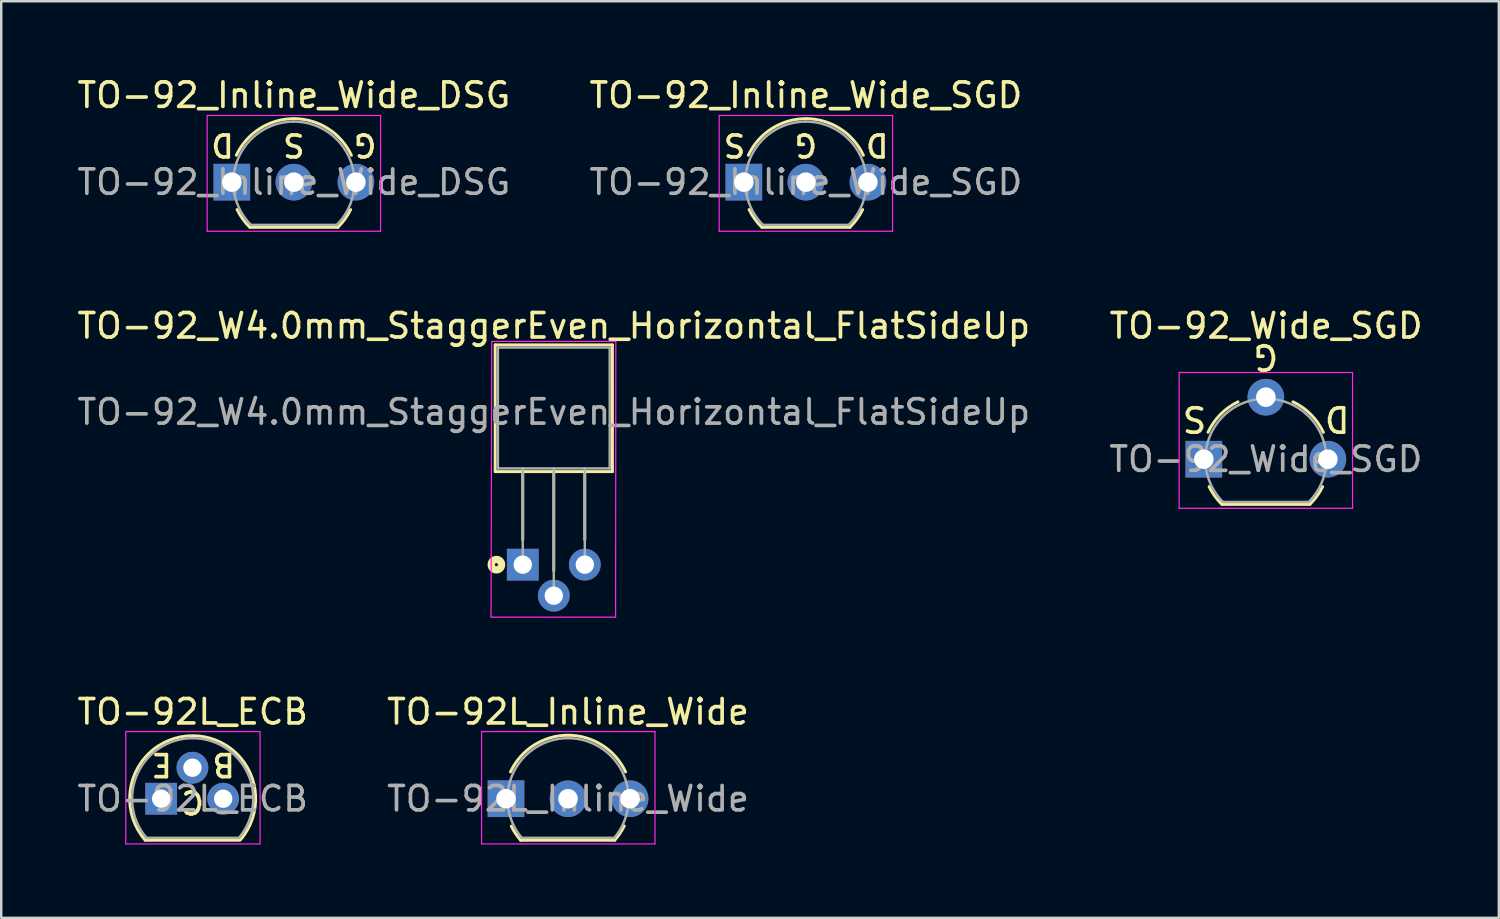
<source format=kicad_pcb>
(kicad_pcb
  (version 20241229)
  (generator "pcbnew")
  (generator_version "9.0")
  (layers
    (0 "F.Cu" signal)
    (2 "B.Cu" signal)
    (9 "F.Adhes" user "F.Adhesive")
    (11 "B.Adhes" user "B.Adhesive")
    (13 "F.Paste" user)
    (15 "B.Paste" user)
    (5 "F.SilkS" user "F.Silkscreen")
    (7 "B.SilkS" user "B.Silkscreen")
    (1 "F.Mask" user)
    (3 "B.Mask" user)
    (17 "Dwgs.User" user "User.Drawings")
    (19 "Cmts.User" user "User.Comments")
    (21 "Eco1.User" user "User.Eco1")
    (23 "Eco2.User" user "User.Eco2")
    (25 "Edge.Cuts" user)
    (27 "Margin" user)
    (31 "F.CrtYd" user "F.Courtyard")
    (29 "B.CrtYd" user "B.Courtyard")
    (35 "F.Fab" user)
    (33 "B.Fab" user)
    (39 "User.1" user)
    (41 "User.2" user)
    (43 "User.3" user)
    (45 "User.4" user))
  (footprint "TO-92L_ECB"
    (layer "F.Cu")
    (at 3.549 29.654)
    (property "Reference" "TO-92L_ECB" (at 1.29 -3.56 0) (layer "F.SilkS") (effects (font (size 1 1) (thickness 0.15))))
    (fp_line (start -0.65 1.7) (end 3.2 1.7) (stroke (width 0.12) (type solid)) (layer "F.SilkS"))
    (fp_arc (start -0.65 1.7) (mid 1.283448 -2.579449) (end 3.238611 1.690122) (stroke (width 0.12) (type solid)) (layer "F.SilkS"))
    (fp_line (start -1.45 -2.75) (end -1.45 1.85) (stroke (width 0.05) (type solid)) (layer "F.CrtYd"))
    (fp_line (start -1.45 -2.75) (end 4.05 -2.75) (stroke (width 0.05) (type solid)) (layer "F.CrtYd"))
    (fp_line (start 4.05 1.85) (end -1.45 1.85) (stroke (width 0.05) (type solid)) (layer "F.CrtYd"))
    (fp_line (start 4.05 1.85) (end 4.05 -2.75) (stroke (width 0.05) (type solid)) (layer "F.CrtYd"))
    (fp_line (start -0.6 1.6) (end 3.15 1.6) (stroke (width 0.1) (type solid)) (layer "F.Fab"))
    (fp_arc (start -0.602818 1.602385) (mid -0.959924 -1.043188) (end 1.29 -2.48) (stroke (width 0.1) (type solid)) (layer "F.Fab"))
    (fp_arc (start 1.29 -2.48) (mid 3.537211 -1.049019) (end 3.191103 1.592547) (stroke (width 0.1) (type solid)) (layer "F.Fab"))
    (fp_text user "C" (at 1.29 0.127 180) (unlocked yes) (layer "F.SilkS") (effects (font (size 0.9 0.9) (thickness 0.15))))
    (fp_text user "E" (at 0.02 -1.397 180) (unlocked yes) (layer "F.SilkS") (effects (font (size 0.9 0.9) (thickness 0.15))))
    (fp_text user "B" (at 2.56 -1.397 180) (unlocked yes) (layer "F.SilkS") (effects (font (size 0.9 0.9) (thickness 0.15))))
    (fp_text user "${REFERENCE}" (at 1.29 0 0) (layer "F.Fab") (effects (font (size 1 1) (thickness 0.15))))
    (pad "1" thru_hole rect (at 0 0 90) (size 1.3 1.3) (drill 0.75) (layers "*.Cu" "*.Mask"))
    (pad "2" thru_hole circle (at 1.28 -1.27 90) (size 1.3 1.3) (drill 0.75) (layers "*.Cu" "*.Mask"))
    (pad "3" thru_hole circle (at 2.54 0 90) (size 1.3 1.3) (drill 0.75) (layers "*.Cu" "*.Mask")))
  (footprint "TO-92_Inline_Wide_SGD"
    (layer "F.Cu")
    (at 27.406 4.408)
    (property "Reference" "TO-92_Inline_Wide_SGD" (at 2.54 -3.56 0) (layer "F.SilkS") (effects (font (size 1 1) (thickness 0.15))))
    (fp_line (start 0.74 1.85) (end 4.34 1.85) (stroke (width 0.12) (type solid)) (layer "F.SilkS"))
    (fp_arc (start 0.1836 -1.098807) (mid 1.143021 -2.192817) (end 2.54 -2.6) (stroke (width 0.12) (type solid)) (layer "F.SilkS"))
    (fp_arc (start 0.74 1.85) (mid 0.446097 1.509328) (end 0.215816 1.122795) (stroke (width 0.12) (type solid)) (layer "F.SilkS"))
    (fp_arc (start 2.54 -2.6) (mid 3.936979 -2.192818) (end 4.8964 -1.098807) (stroke (width 0.12) (type solid)) (layer "F.SilkS"))
    (fp_arc (start 4.864184 1.122795) (mid 4.633903 1.509328) (end 4.34 1.85) (stroke (width 0.12) (type solid)) (layer "F.SilkS"))
    (fp_line (start -1.01 -2.73) (end -1.01 2.01) (stroke (width 0.05) (type solid)) (layer "F.CrtYd"))
    (fp_line (start -1.01 -2.73) (end 6.09 -2.73) (stroke (width 0.05) (type solid)) (layer "F.CrtYd"))
    (fp_line (start 6.09 2.01) (end -1.01 2.01) (stroke (width 0.05) (type solid)) (layer "F.CrtYd"))
    (fp_line (start 6.09 2.01) (end 6.09 -2.73) (stroke (width 0.05) (type solid)) (layer "F.CrtYd"))
    (fp_line (start 0.8 1.75) (end 4.3 1.75) (stroke (width 0.1) (type solid)) (layer "F.Fab"))
    (fp_arc (start 0.786375 1.753625) (mid 0.248779 -0.949055) (end 2.54 -2.48) (stroke (width 0.1) (type solid)) (layer "F.Fab"))
    (fp_arc (start 2.54 -2.48) (mid 4.831221 -0.949055) (end 4.293625 1.753625) (stroke (width 0.1) (type solid)) (layer "F.Fab"))
    (fp_text user "G" (at 2.54 -1.524 180) (unlocked yes) (layer "F.SilkS") (effects (font (size 0.9 0.9) (thickness 0.15))))
    (fp_text user "S" (at -0.381 -1.524 180) (unlocked yes) (layer "F.SilkS") (effects (font (size 0.9 0.9) (thickness 0.15))))
    (fp_text user "D" (at 5.461 -1.524 180) (unlocked yes) (layer "F.SilkS") (effects (font (size 0.9 0.9) (thickness 0.15))))
    (fp_text user "${REFERENCE}" (at 2.54 0 0) (layer "F.Fab") (effects (font (size 1 1) (thickness 0.15))))
    (pad "1" thru_hole rect (at 0 0 90) (size 1.5 1.5) (drill 0.8) (layers "*.Cu" "*.Mask"))
    (pad "2" thru_hole circle (at 2.54 0 90) (size 1.5 1.5) (drill 0.8) (layers "*.Cu" "*.Mask"))
    (pad "3" thru_hole circle (at 5.08 0 90) (size 1.5 1.5) (drill 0.8) (layers "*.Cu" "*.Mask")))
  (footprint "TO-92_Inline_Wide_DSG"
    (layer "F.Cu")
    (at 6.442 4.408)
    (property "Reference" "TO-92_Inline_Wide_DSG" (at 2.54 -3.56 0) (layer "F.SilkS") (effects (font (size 1 1) (thickness 0.15))))
    (fp_line (start 0.74 1.85) (end 4.34 1.85) (stroke (width 0.12) (type solid)) (layer "F.SilkS"))
    (fp_arc (start 0.1836 -1.098807) (mid 1.143021 -2.192817) (end 2.54 -2.6) (stroke (width 0.12) (type solid)) (layer "F.SilkS"))
    (fp_arc (start 0.74 1.85) (mid 0.446097 1.509328) (end 0.215816 1.122795) (stroke (width 0.12) (type solid)) (layer "F.SilkS"))
    (fp_arc (start 2.54 -2.6) (mid 3.936979 -2.192818) (end 4.8964 -1.098807) (stroke (width 0.12) (type solid)) (layer "F.SilkS"))
    (fp_arc (start 4.864184 1.122795) (mid 4.633903 1.509328) (end 4.34 1.85) (stroke (width 0.12) (type solid)) (layer "F.SilkS"))
    (fp_line (start -1.01 -2.73) (end -1.01 2.01) (stroke (width 0.05) (type solid)) (layer "F.CrtYd"))
    (fp_line (start -1.01 -2.73) (end 6.09 -2.73) (stroke (width 0.05) (type solid)) (layer "F.CrtYd"))
    (fp_line (start 6.09 2.01) (end -1.01 2.01) (stroke (width 0.05) (type solid)) (layer "F.CrtYd"))
    (fp_line (start 6.09 2.01) (end 6.09 -2.73) (stroke (width 0.05) (type solid)) (layer "F.CrtYd"))
    (fp_line (start 0.8 1.75) (end 4.3 1.75) (stroke (width 0.1) (type solid)) (layer "F.Fab"))
    (fp_arc (start 0.786375 1.753625) (mid 0.248779 -0.949055) (end 2.54 -2.48) (stroke (width 0.1) (type solid)) (layer "F.Fab"))
    (fp_arc (start 2.54 -2.48) (mid 4.831221 -0.949055) (end 4.293625 1.753625) (stroke (width 0.1) (type solid)) (layer "F.Fab"))
    (fp_text user "D" (at -0.381 -1.524 180) (unlocked yes) (layer "F.SilkS") (effects (font (size 0.9 0.9) (thickness 0.15))))
    (fp_text user "G" (at 5.461 -1.524 180) (unlocked yes) (layer "F.SilkS") (effects (font (size 0.9 0.9) (thickness 0.15))))
    (fp_text user "S" (at 2.54 -1.524 180) (unlocked yes) (layer "F.SilkS") (effects (font (size 0.9 0.9) (thickness 0.15))))
    (fp_text user "${REFERENCE}" (at 2.54 0 0) (layer "F.Fab") (effects (font (size 1 1) (thickness 0.15))))
    (pad "1" thru_hole rect (at 0 0 90) (size 1.5 1.5) (drill 0.8) (layers "*.Cu" "*.Mask"))
    (pad "2" thru_hole circle (at 2.54 0 90) (size 1.5 1.5) (drill 0.8) (layers "*.Cu" "*.Mask"))
    (pad "3" thru_hole circle (at 5.08 0 90) (size 1.5 1.5) (drill 0.8) (layers "*.Cu" "*.Mask")))
  (footprint "TO-92_Wide_SGD"
    (layer "F.Cu")
    (at 46.24 15.752)
    (property "Reference" "TO-92_Wide_SGD" (at 2.55 -5.461 0) (layer "F.SilkS") (effects (font (size 1 1) (thickness 0.15))))
    (fp_line (start 0.74 1.85) (end 4.34 1.85) (stroke (width 0.12) (type solid)) (layer "F.SilkS"))
    (fp_arc (start 0.172801 -1.103842) (mid 0.678995 -1.832692) (end 1.4 -2.35) (stroke (width 0.12) (type solid)) (layer "F.SilkS"))
    (fp_arc (start 0.74 1.85) (mid 0.446097 1.509328) (end 0.215816 1.122795) (stroke (width 0.12) (type solid)) (layer "F.SilkS"))
    (fp_arc (start 3.65 -2.35) (mid 4.382279 -1.833196) (end 4.895458 -1.098371) (stroke (width 0.12) (type solid)) (layer "F.SilkS"))
    (fp_arc (start 4.864184 1.122795) (mid 4.633903 1.509328) (end 4.34 1.85) (stroke (width 0.12) (type solid)) (layer "F.SilkS"))
    (fp_line (start -1.01 -3.55) (end -1.01 2.01) (stroke (width 0.05) (type solid)) (layer "F.CrtYd"))
    (fp_line (start -1.01 -3.55) (end 6.09 -3.55) (stroke (width 0.05) (type solid)) (layer "F.CrtYd"))
    (fp_line (start 6.09 2.01) (end -1.01 2.01) (stroke (width 0.05) (type solid)) (layer "F.CrtYd"))
    (fp_line (start 6.09 2.01) (end 6.09 -3.55) (stroke (width 0.05) (type solid)) (layer "F.CrtYd"))
    (fp_line (start 0.8 1.75) (end 4.3 1.75) (stroke (width 0.1) (type solid)) (layer "F.Fab"))
    (fp_arc (start 0.786375 1.753625) (mid 0.248779 -0.949055) (end 2.54 -2.48) (stroke (width 0.1) (type solid)) (layer "F.Fab"))
    (fp_arc (start 2.54 -2.48) (mid 4.831221 -0.949055) (end 4.293625 1.753625) (stroke (width 0.1) (type solid)) (layer "F.Fab"))
    (fp_text user "G" (at 2.54 -4.191 180) (unlocked yes) (layer "F.SilkS") (effects (font (size 1 1) (thickness 0.15))))
    (fp_text user "S" (at -0.381 -1.651 180) (unlocked yes) (layer "F.SilkS") (effects (font (size 1 1) (thickness 0.15))))
    (fp_text user "D" (at 5.461 -1.651 180) (unlocked yes) (layer "F.SilkS") (effects (font (size 1 1) (thickness 0.15))))
    (fp_text user "${REFERENCE}" (at 2.54 0 0) (layer "F.Fab") (effects (font (size 1 1) (thickness 0.15))))
    (pad "1" thru_hole rect (at 0 0 90) (size 1.5 1.5) (drill 0.8) (layers "*.Cu" "*.Mask"))
    (pad "2" thru_hole circle (at 2.54 -2.54 90) (size 1.5 1.5) (drill 0.8) (layers "*.Cu" "*.Mask"))
    (pad "3" thru_hole circle (at 5.08 0 90) (size 1.5 1.5) (drill 0.8) (layers "*.Cu" "*.Mask")))
  (footprint "TO-92_W4.0mm_StaggerEven_Horizontal_FlatSideUp"
    (layer "F.Cu")
    (at 18.355 20.07)
    (property "Reference" "TO-92_W4.0mm_StaggerEven_Horizontal_FlatSideUp" (at 1.27 -9.779 0) (layer "F.SilkS") (effects (font (size 1 1) (thickness 0.15))))
    (attr through_hole)
    (fp_line (start -1.13 -9) (end -1.13 -3.81) (stroke (width 0.12) (type solid)) (layer "F.SilkS"))
    (fp_line (start -1.13 -3.81) (end 3.67 -3.81) (stroke (width 0.12) (type solid)) (layer "F.SilkS"))
    (fp_line (start 0 -1.02) (end 0 -3.81) (stroke (width 0.12) (type solid)) (layer "F.SilkS"))
    (fp_line (start 1.27 0.25) (end 1.27 -3.81) (stroke (width 0.12) (type solid)) (layer "F.SilkS"))
    (fp_line (start 2.54 -1.02) (end 2.54 -3.81) (stroke (width 0.12) (type solid)) (layer "F.SilkS"))
    (fp_line (start 3.67 -9) (end -1.13 -9) (stroke (width 0.12) (type solid)) (layer "F.SilkS"))
    (fp_line (start 3.67 -3.81) (end 3.67 -9) (stroke (width 0.12) (type solid)) (layer "F.SilkS"))
    (fp_circle (center -1.079 0) (end -1.016 0) (stroke (width 0.3) (type solid)) (fill no) (layer "F.SilkS"))
    (fp_line (start -1.27 -9.14) (end -1.3 2.15) (stroke (width 0.05) (type solid)) (layer "F.CrtYd"))
    (fp_line (start -1.27 -9.14) (end 3.81 -9.14) (stroke (width 0.05) (type solid)) (layer "F.CrtYd"))
    (fp_line (start 3.8 2.15) (end -1.3 2.15) (stroke (width 0.05) (type solid)) (layer "F.CrtYd"))
    (fp_line (start 3.8 2.15) (end 3.81 -9.14) (stroke (width 0.05) (type solid)) (layer "F.CrtYd"))
    (fp_line (start -1.02 -8.89) (end -1.02 -3.94) (stroke (width 0.1) (type solid)) (layer "F.Fab"))
    (fp_line (start -1.02 -3.94) (end 3.56 -3.94) (stroke (width 0.1) (type solid)) (layer "F.Fab"))
    (fp_line (start 0 -3.94) (end 0 0) (stroke (width 0.1) (type solid)) (layer "F.Fab"))
    (fp_line (start 1.27 -3.94) (end 1.27 1.27) (stroke (width 0.1) (type solid)) (layer "F.Fab"))
    (fp_line (start 2.54 -3.94) (end 2.54 0) (stroke (width 0.1) (type solid)) (layer "F.Fab"))
    (fp_line (start 3.56 -8.89) (end -1.02 -8.89) (stroke (width 0.1) (type solid)) (layer "F.Fab"))
    (fp_line (start 3.56 -3.94) (end 3.56 -8.89) (stroke (width 0.1) (type solid)) (layer "F.Fab"))
    (fp_text user "${REFERENCE}" (at 1.27 -6.25 0) (layer "F.Fab") (effects (font (size 1 1) (thickness 0.15))))
    (pad "1" thru_hole rect (at 0 0 270) (size 1.3 1.3) (drill 0.75) (layers "*.Cu" "*.Mask"))
    (pad "2" thru_hole circle (at 1.27 1.27 270) (size 1.3 1.3) (drill 0.75) (layers "*.Cu" "*.Mask"))
    (pad "3" thru_hole circle (at 2.54 0 270) (size 1.3 1.3) (drill 0.75) (layers "*.Cu" "*.Mask")))
  (footprint "TO-92L_Inline_Wide"
    (layer "F.Cu")
    (at 17.668 29.654)
    (property "Reference" "TO-92L_Inline_Wide" (at 2.54 -3.56 0) (layer "F.SilkS") (effects (font (size 1 1) (thickness 0.15))))
    (attr through_hole)
    (fp_line (start 0.6 1.7) (end 4.45 1.7) (stroke (width 0.12) (type solid)) (layer "F.SilkS"))
    (fp_arc (start 0.1836 -1.098807) (mid 1.143021 -2.192817) (end 2.54 -2.6) (stroke (width 0.12) (type solid)) (layer "F.SilkS"))
    (fp_arc (start 0.6 1.7) (mid 0.389183 1.423933) (end 0.217369 1.122045) (stroke (width 0.12) (type solid)) (layer "F.SilkS"))
    (fp_arc (start 2.54 -2.6) (mid 3.936979 -2.192818) (end 4.8964 -1.098807) (stroke (width 0.12) (type solid)) (layer "F.SilkS"))
    (fp_arc (start 4.842383 1.112264) (mid 4.666594 1.419753) (end 4.45 1.7) (stroke (width 0.12) (type solid)) (layer "F.SilkS"))
    (fp_line (start -1 -2.75) (end -1 1.85) (stroke (width 0.05) (type solid)) (layer "F.CrtYd"))
    (fp_line (start -1 -2.75) (end 6.1 -2.75) (stroke (width 0.05) (type solid)) (layer "F.CrtYd"))
    (fp_line (start 6.1 1.85) (end -1 1.85) (stroke (width 0.05) (type solid)) (layer "F.CrtYd"))
    (fp_line (start 6.1 1.85) (end 6.1 -2.75) (stroke (width 0.05) (type solid)) (layer "F.CrtYd"))
    (fp_line (start 0.65 1.6) (end 4.4 1.6) (stroke (width 0.1) (type solid)) (layer "F.Fab"))
    (fp_arc (start 0.647182 1.602385) (mid 0.290076 -1.043188) (end 2.54 -2.48) (stroke (width 0.1) (type solid)) (layer "F.Fab"))
    (fp_arc (start 2.54 -2.48) (mid 4.787211 -1.049019) (end 4.441103 1.592547) (stroke (width 0.1) (type solid)) (layer "F.Fab"))
    (fp_text user "${REFERENCE}" (at 2.54 0 0) (layer "F.Fab") (effects (font (size 1 1) (thickness 0.15))))
    (pad "1" thru_hole rect (at 0 0 90) (size 1.5 1.5) (drill 0.8) (layers "*.Cu" "*.Mask"))
    (pad "2" thru_hole circle (at 2.54 0 90) (size 1.5 1.5) (drill 0.8) (layers "*.Cu" "*.Mask"))
    (pad "3" thru_hole circle (at 5.08 0 90) (size 1.5 1.5) (drill 0.8) (layers "*.Cu" "*.Mask")))
  (gr_rect
    (start -3 -3)
    (end 58.32 34.529)
    (stroke (width 0.1) (type default))
    (fill no)
    (layer "Edge.Cuts")))
</source>
